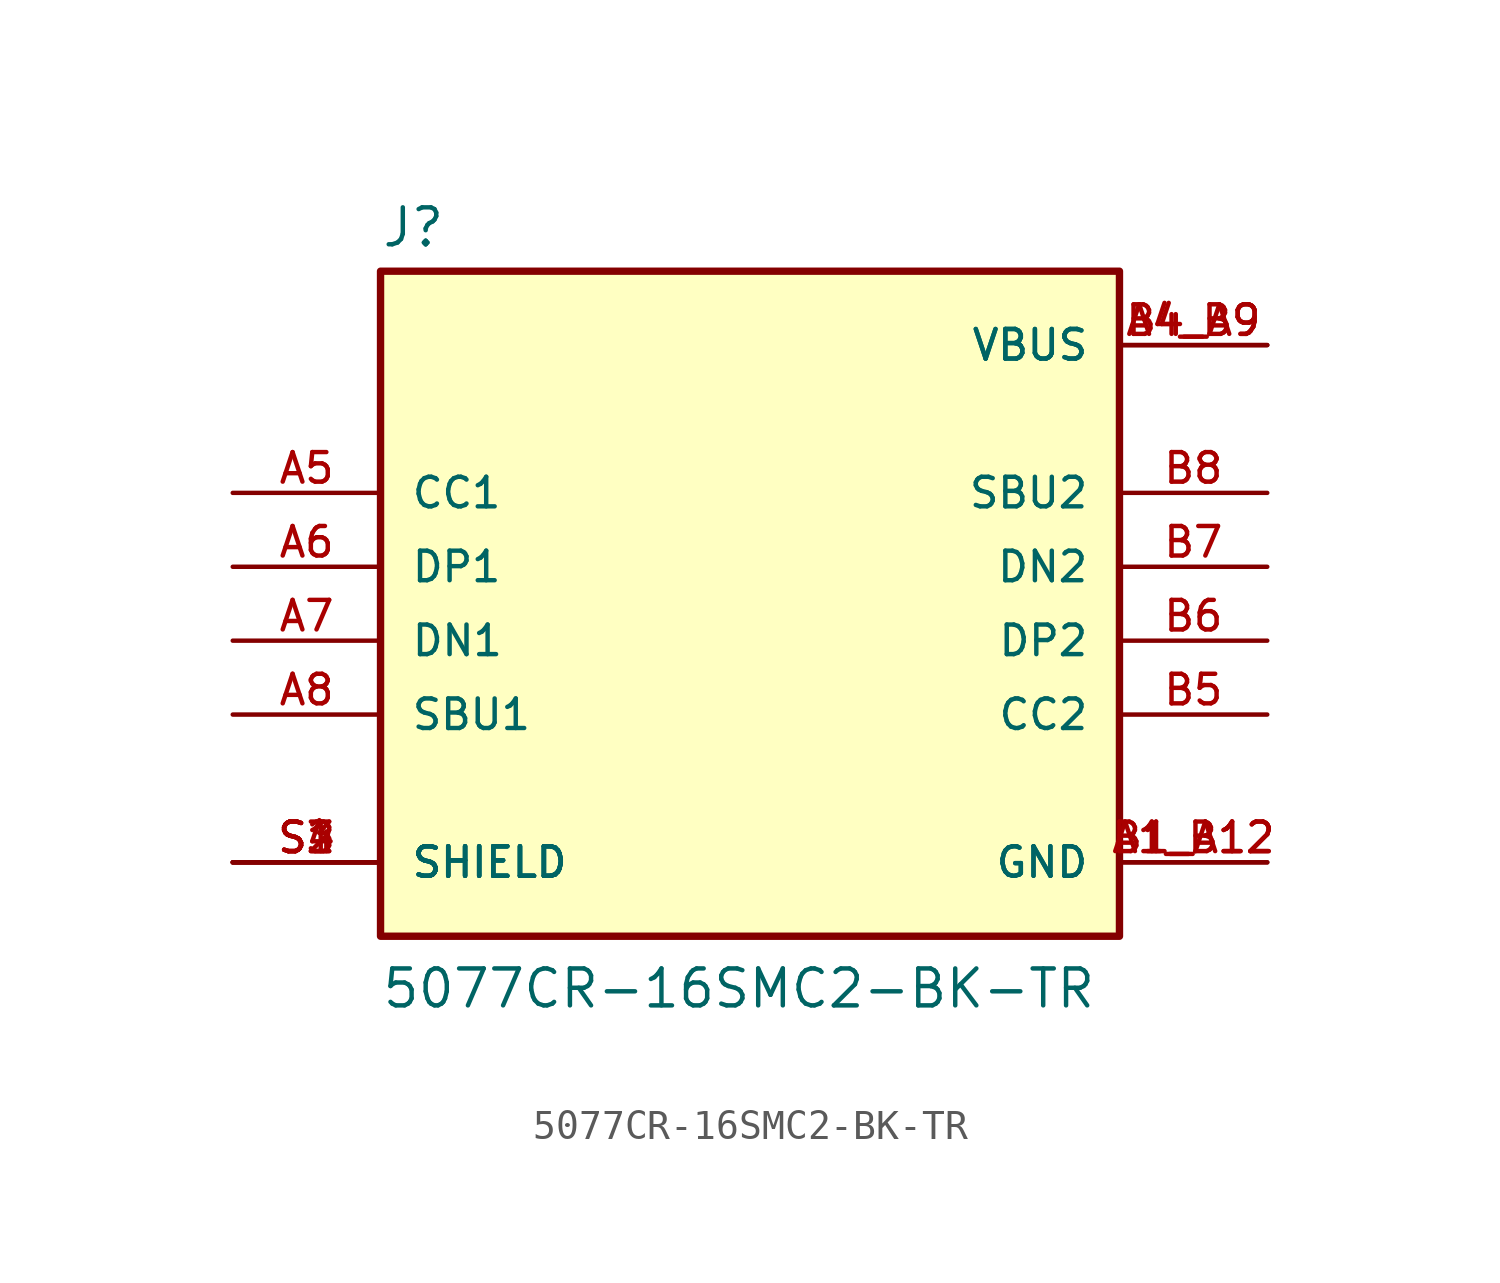
<source format=kicad_sym>
(kicad_symbol_lib
  (version 20211014)
  (generator kicad_symbol_editor)
  (symbol "5077CR-16SMC2-BK-TR"
    (pin_names
      (offset 1.016))
    (property "Reference" "J"
      (at -12.7 10.922 0)
      (effects (font (size 1.27 1.27)) (justify bottom left)))
    (property "Value" "5077CR-16SMC2-BK-TR"
      (at -12.7 -15.24 0)
      (effects (font (size 1.27 1.27)) (justify bottom left)))
    (symbol "5077CR-16SMC2-BK-TR_0_0"
      (rectangle (start -12.7 -12.7) (end 12.7 10.16) (stroke (width 0.254)) (fill (type background)))
      (pin passive line (at -17.78 0.0 0) (length 5.08) (name "DP1" (effects (font (size 1.016 1.016)))) (number "A6" (effects (font (size 1.016 1.016)))))
      (pin passive line (at -17.78 -2.54 0) (length 5.08) (name "DN1" (effects (font (size 1.016 1.016)))) (number "A7" (effects (font (size 1.016 1.016)))))
      (pin power_in line (at 17.78 7.62 180.0) (length 5.08) (name "VBUS" (effects (font (size 1.016 1.016)))) (number "A4_B9" (effects (font (size 1.016 1.016)))))
      (pin power_in line (at 17.78 7.62 180.0) (length 5.08) (name "VBUS" (effects (font (size 1.016 1.016)))) (number "B4_A9" (effects (font (size 1.016 1.016)))))
      (pin passive line (at -17.78 2.54 0) (length 5.08) (name "CC1" (effects (font (size 1.016 1.016)))) (number "A5" (effects (font (size 1.016 1.016)))))
      (pin power_in line (at 17.78 -10.16 180.0) (length 5.08) (name "GND" (effects (font (size 1.016 1.016)))) (number "A1_B12" (effects (font (size 1.016 1.016)))))
      (pin power_in line (at 17.78 -10.16 180.0) (length 5.08) (name "GND" (effects (font (size 1.016 1.016)))) (number "B1_A12" (effects (font (size 1.016 1.016)))))
      (pin passive line (at -17.78 -10.16 0) (length 5.08) (name "SHIELD" (effects (font (size 1.016 1.016)))) (number "S1" (effects (font (size 1.016 1.016)))))
      (pin passive line (at -17.78 -10.16 0) (length 5.08) (name "SHIELD" (effects (font (size 1.016 1.016)))) (number "S2" (effects (font (size 1.016 1.016)))))
      (pin passive line (at -17.78 -10.16 0) (length 5.08) (name "SHIELD" (effects (font (size 1.016 1.016)))) (number "S3" (effects (font (size 1.016 1.016)))))
      (pin passive line (at -17.78 -10.16 0) (length 5.08) (name "SHIELD" (effects (font (size 1.016 1.016)))) (number "S4" (effects (font (size 1.016 1.016)))))
      (pin passive line (at 17.78 -2.54 180.0) (length 5.08) (name "DP2" (effects (font (size 1.016 1.016)))) (number "B6" (effects (font (size 1.016 1.016)))))
      (pin passive line (at 17.78 0.0 180.0) (length 5.08) (name "DN2" (effects (font (size 1.016 1.016)))) (number "B7" (effects (font (size 1.016 1.016)))))
      (pin passive line (at 17.78 -5.08 180.0) (length 5.08) (name "CC2" (effects (font (size 1.016 1.016)))) (number "B5" (effects (font (size 1.016 1.016)))))
      (pin passive line (at 17.78 2.54 180.0) (length 5.08) (name "SBU2" (effects (font (size 1.016 1.016)))) (number "B8" (effects (font (size 1.016 1.016)))))
      (pin passive line (at -17.78 -5.08 0) (length 5.08) (name "SBU1" (effects (font (size 1.016 1.016)))) (number "A8" (effects (font (size 1.016 1.016))))))))
</source>
